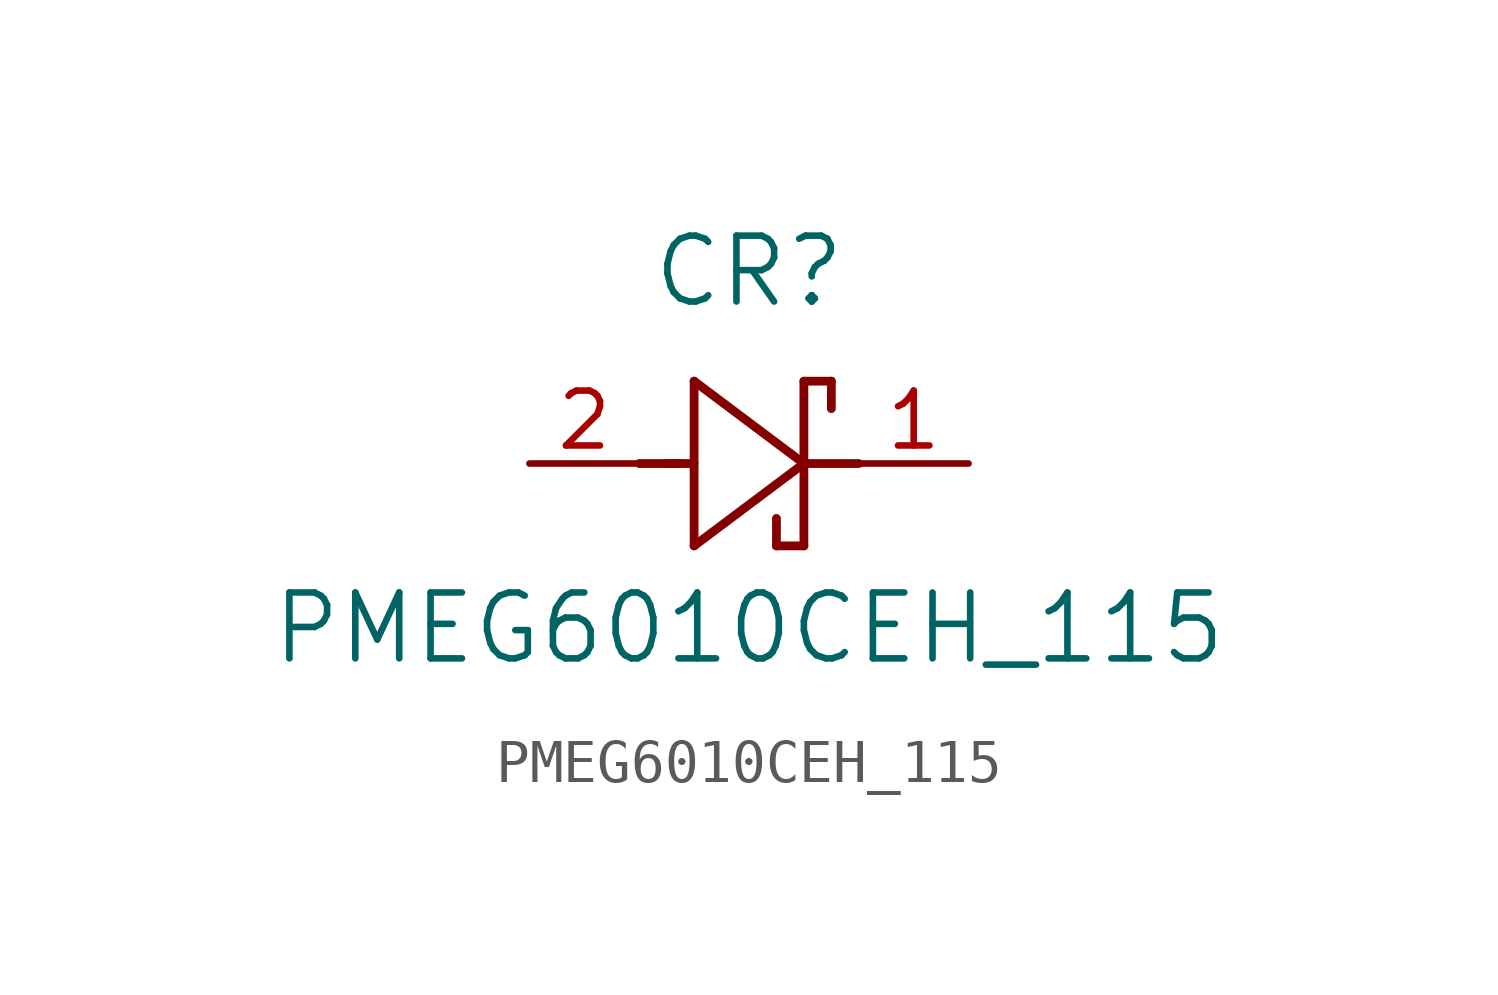
<source format=kicad_sym>
(kicad_symbol_lib
  (version 20211014)
  (generator kicad_symbol_editor)
  (symbol "PMEG6010CEH_115"
    (pin_names
      (offset 0.254))
    (property "Reference" "CR"
      (at 5.08 4.445 0)
      (effects (font (size 1.524 1.524))))
    (property "Value" "PMEG6010CEH_115"
      (at 5.08 -3.81 0)
      (effects (font (size 1.524 1.524))))
    (symbol "PMEG6010CEH_115_0_1"
      (polyline (pts (xy 2.54 0) (xy 3.48 0)) (stroke (width 0.203) (type default) (color 0 0 0 0)) (fill (type none)))
      (polyline (pts (xy 3.175 0) (xy 3.81 0)) (stroke (width 0.203) (type default) (color 0 0 0 0)) (fill (type none)))
      (polyline (pts (xy 3.81 -1.905) (xy 6.35 0)) (stroke (width 0.203) (type default) (color 0 0 0 0)) (fill (type none)))
      (polyline (pts (xy 6.35 -1.905) (xy 5.715 -1.905)) (stroke (width 0.203) (type default) (color 0 0 0 0)) (fill (type none)))
      (polyline (pts (xy 6.35 1.905) (xy 6.985 1.905)) (stroke (width 0.203) (type default) (color 0 0 0 0)) (fill (type none)))
      (polyline (pts (xy 3.81 1.905) (xy 3.81 -1.905)) (stroke (width 0.203) (type default) (color 0 0 0 0)) (fill (type none)))
      (polyline (pts (xy 6.35 -1.905) (xy 6.35 1.905)) (stroke (width 0.203) (type default) (color 0 0 0 0)) (fill (type none)))
      (polyline (pts (xy 6.35 0) (xy 3.81 1.905)) (stroke (width 0.203) (type default) (color 0 0 0 0)) (fill (type none)))
      (polyline (pts (xy 6.35 0) (xy 7.62 0)) (stroke (width 0.203) (type default) (color 0 0 0 0)) (fill (type none)))
      (polyline (pts (xy 6.985 1.905) (xy 6.985 1.27)) (stroke (width 0.203) (type default) (color 0 0 0 0)) (fill (type none)))
      (polyline (pts (xy 5.715 -1.905) (xy 5.715 -1.27)) (stroke (width 0.203) (type default) (color 0 0 0 0)) (fill (type none)))
      (pin unspecified line (at 0 0 0) (length 2.54) (name "" (effects (font (size 1.27 1.27)))) (number "2" (effects (font (size 1.27 1.27)))))
      (pin unspecified line (at 10.16 0 180) (length 2.54) (name "" (effects (font (size 1.27 1.27)))) (number "1" (effects (font (size 1.27 1.27))))))))
</source>
